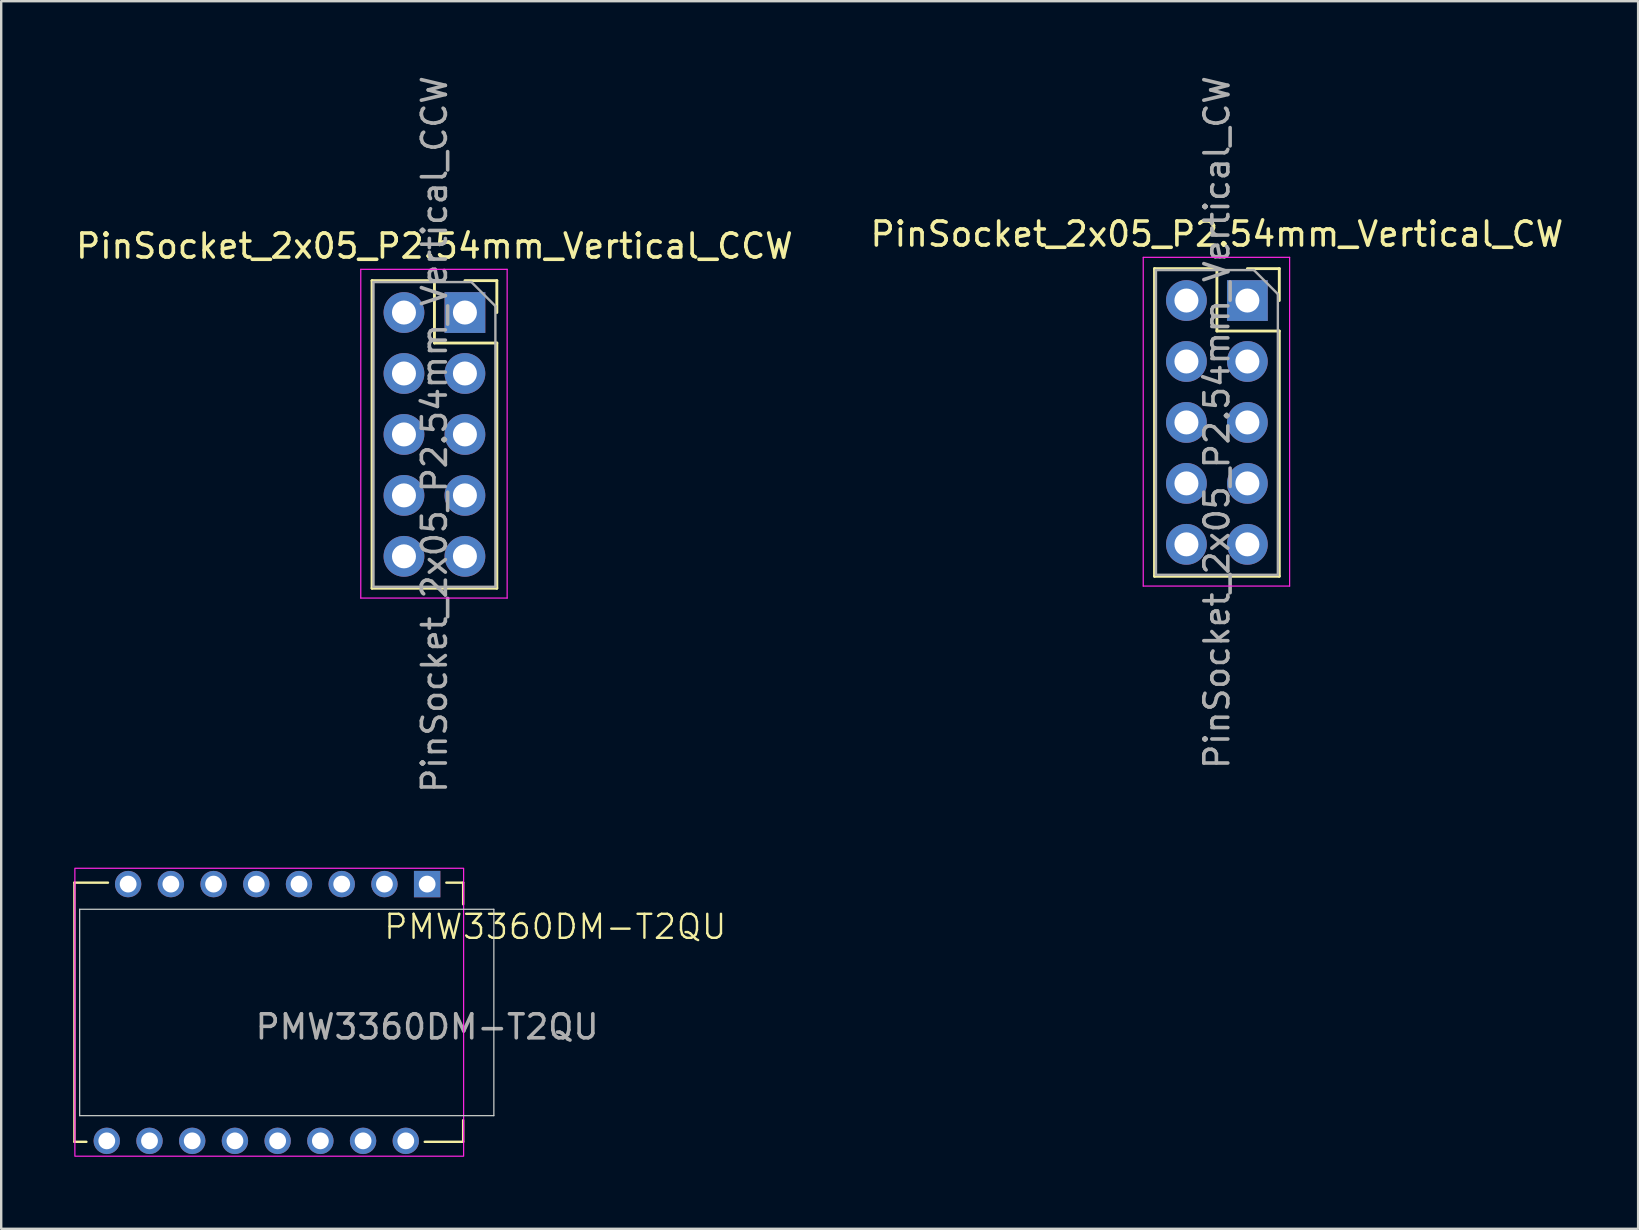
<source format=kicad_pcb>
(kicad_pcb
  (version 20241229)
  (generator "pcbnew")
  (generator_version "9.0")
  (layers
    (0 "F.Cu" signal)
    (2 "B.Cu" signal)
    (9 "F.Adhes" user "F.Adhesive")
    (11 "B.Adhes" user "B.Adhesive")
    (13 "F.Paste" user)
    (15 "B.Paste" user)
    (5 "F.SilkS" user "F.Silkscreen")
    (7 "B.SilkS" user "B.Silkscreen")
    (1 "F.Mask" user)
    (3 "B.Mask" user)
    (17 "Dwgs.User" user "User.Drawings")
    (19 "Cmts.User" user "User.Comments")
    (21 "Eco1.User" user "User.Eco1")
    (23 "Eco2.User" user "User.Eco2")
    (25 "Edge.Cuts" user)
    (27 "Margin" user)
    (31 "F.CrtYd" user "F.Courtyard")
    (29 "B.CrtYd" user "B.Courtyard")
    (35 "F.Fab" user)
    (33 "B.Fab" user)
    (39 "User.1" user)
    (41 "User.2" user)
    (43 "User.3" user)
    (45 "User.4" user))
  (footprint "PMW3360DM-T2QU"
    (layer "F.Cu")
    (at 14.75 33.792)
    (property "Reference" "PMW3360DM-T2QU" (at 5.34 1.78 0) (unlocked yes) (layer "F.SilkS") (effects (font (size 1 1) (thickness 0.1))))
    (attr through_hole)
    (fp_line (start -14.7 -0.06) (end -14.7 10.74) (stroke (width 0.1) (type default)) (layer "F.SilkS"))
    (fp_line (start -14.7 10.74) (end -14.2 10.74) (stroke (width 0.1) (type default)) (layer "F.SilkS"))
    (fp_line (start -13.3 -0.06) (end -14.7 -0.06) (stroke (width 0.1) (type default)) (layer "F.SilkS"))
    (fp_line (start -0.1 10.74) (end 1.5 10.74) (stroke (width 0.1) (type default)) (layer "F.SilkS"))
    (fp_line (start 1.5 -0.06) (end 0.8 -0.06) (stroke (width 0.1) (type default)) (layer "F.SilkS"))
    (fp_line (start 1.5 -0.06) (end 1.5 0.84) (stroke (width 0.1) (type default)) (layer "F.SilkS"))
    (fp_line (start 1.5 10.74) (end 1.5 9.84) (stroke (width 0.1) (type default)) (layer "F.SilkS"))
    (fp_line (start -14.48 1.05) (end -14.48 9.65) (stroke (width 0.05) (type default)) (layer "Edge.Cuts"))
    (fp_line (start -14.48 9.65) (end 2.78 9.65) (stroke (width 0.05) (type default)) (layer "Edge.Cuts"))
    (fp_line (start 2.78 1.05) (end -14.48 1.05) (stroke (width 0.05) (type default)) (layer "Edge.Cuts"))
    (fp_line (start 2.78 9.65) (end 2.78 1.05) (stroke (width 0.05) (type default)) (layer "Edge.Cuts"))
    (fp_rect (start -14.68 -0.66) (end 1.52 11.34) (stroke (width 0.05) (type default)) (fill no) (layer "F.CrtYd"))
    (fp_text user "${REFERENCE}" (at 0 5.95 0) (unlocked yes) (layer "F.Fab") (effects (font (size 1 1) (thickness 0.15))))
    (pad "1" thru_hole rect (at 0 0) (size 1.1 1.1) (drill 0.7) (layers "*.Cu" "*.Mask"))
    (pad "2" thru_hole circle (at -1.78 0) (size 1.1 1.1) (drill 0.7) (layers "*.Cu" "*.Mask"))
    (pad "3" thru_hole circle (at -3.56 0) (size 1.1 1.1) (drill 0.7) (layers "*.Cu" "*.Mask"))
    (pad "4" thru_hole circle (at -5.34 0) (size 1.1 1.1) (drill 0.7) (layers "*.Cu" "*.Mask"))
    (pad "5" thru_hole circle (at -7.12 0) (size 1.1 1.1) (drill 0.7) (layers "*.Cu" "*.Mask"))
    (pad "6" thru_hole circle (at -8.9 0) (size 1.1 1.1) (drill 0.7) (layers "*.Cu" "*.Mask"))
    (pad "7" thru_hole circle (at -10.68 0) (size 1.1 1.1) (drill 0.7) (layers "*.Cu" "*.Mask"))
    (pad "8" thru_hole circle (at -12.46 0) (size 1.1 1.1) (drill 0.7) (layers "*.Cu" "*.Mask"))
    (pad "9" thru_hole circle (at -13.35 10.7) (size 1.1 1.1) (drill 0.7) (layers "*.Cu" "*.Mask"))
    (pad "10" thru_hole circle (at -11.57 10.7) (size 1.1 1.1) (drill 0.7) (layers "*.Cu" "*.Mask"))
    (pad "11" thru_hole circle (at -9.79 10.7) (size 1.1 1.1) (drill 0.7) (layers "*.Cu" "*.Mask"))
    (pad "12" thru_hole circle (at -8.01 10.7) (size 1.1 1.1) (drill 0.7) (layers "*.Cu" "*.Mask"))
    (pad "13" thru_hole circle (at -6.23 10.7) (size 1.1 1.1) (drill 0.7) (layers "*.Cu" "*.Mask"))
    (pad "14" thru_hole circle (at -4.45 10.7) (size 1.1 1.1) (drill 0.7) (layers "*.Cu" "*.Mask"))
    (pad "15" thru_hole circle (at -2.67 10.7) (size 1.1 1.1) (drill 0.7) (layers "*.Cu" "*.Mask"))
    (pad "16" thru_hole circle (at -0.89 10.7) (size 1.1 1.1) (drill 0.7) (layers "*.Cu" "*.Mask"))
    (zone (net_name "") (layer "F.SilkS") (hatch edge 0.5) (connect_pads) (min_thickness 0.25) (filled_areas_thickness no) (keepout (tracks allowed) (vias allowed) (pads not_allowed) (copperpour allowed) (footprints not_allowed)) (placement (enabled no)) (fill) (polygon (pts (xy 0.07 33.682) (xy 16.27 33.682) (xy 16.27 44.582) (xy 0.07 44.582)))))
  (footprint "PinSocket_2x05_P2.54mm_Vertical_CCW"
    (layer "F.Cu")
    (at 16.324 9.974)
    (property "Reference" "PinSocket_2x05_P2.54mm_Vertical_CCW" (at -1.27 -2.77 0) (layer "F.SilkS") (effects (font (size 1 1) (thickness 0.15))))
    (attr through_hole)
    (fp_line (start -3.87 -1.33) (end -3.87 11.49) (stroke (width 0.12) (type solid)) (layer "F.SilkS"))
    (fp_line (start -3.87 -1.33) (end -1.27 -1.33) (stroke (width 0.12) (type solid)) (layer "F.SilkS"))
    (fp_line (start -3.87 11.49) (end 1.33 11.49) (stroke (width 0.12) (type solid)) (layer "F.SilkS"))
    (fp_line (start -1.27 -1.33) (end -1.27 1.27) (stroke (width 0.12) (type solid)) (layer "F.SilkS"))
    (fp_line (start -1.27 1.27) (end 1.33 1.27) (stroke (width 0.12) (type solid)) (layer "F.SilkS"))
    (fp_line (start 0 -1.33) (end 1.33 -1.33) (stroke (width 0.12) (type solid)) (layer "F.SilkS"))
    (fp_line (start 1.33 -1.33) (end 1.33 0) (stroke (width 0.12) (type solid)) (layer "F.SilkS"))
    (fp_line (start 1.33 1.27) (end 1.33 11.49) (stroke (width 0.12) (type solid)) (layer "F.SilkS"))
    (fp_line (start -4.34 -1.8) (end 1.76 -1.8) (stroke (width 0.05) (type solid)) (layer "F.CrtYd"))
    (fp_line (start -4.34 11.9) (end -4.34 -1.8) (stroke (width 0.05) (type solid)) (layer "F.CrtYd"))
    (fp_line (start 1.76 -1.8) (end 1.76 11.9) (stroke (width 0.05) (type solid)) (layer "F.CrtYd"))
    (fp_line (start 1.76 11.9) (end -4.34 11.9) (stroke (width 0.05) (type solid)) (layer "F.CrtYd"))
    (fp_line (start -3.81 -1.27) (end 0.27 -1.27) (stroke (width 0.1) (type solid)) (layer "F.Fab"))
    (fp_line (start -3.81 11.43) (end -3.81 -1.27) (stroke (width 0.1) (type solid)) (layer "F.Fab"))
    (fp_line (start 0.27 -1.27) (end 1.27 -0.27) (stroke (width 0.1) (type solid)) (layer "F.Fab"))
    (fp_line (start 1.27 -0.27) (end 1.27 11.43) (stroke (width 0.1) (type solid)) (layer "F.Fab"))
    (fp_line (start 1.27 11.43) (end -3.81 11.43) (stroke (width 0.1) (type solid)) (layer "F.Fab"))
    (fp_text user "${REFERENCE}" (at -1.27 5.08 90) (layer "F.Fab") (effects (font (size 1 1) (thickness 0.15))))
    (pad "1" thru_hole rect (at 0 0) (size 1.7 1.7) (drill 1) (layers "*.Cu" "*.Mask"))
    (pad "2" thru_hole oval (at 0 2.54) (size 1.7 1.7) (drill 1) (layers "*.Cu" "*.Mask"))
    (pad "3" thru_hole oval (at 0 5.08) (size 1.7 1.7) (drill 1) (layers "*.Cu" "*.Mask"))
    (pad "4" thru_hole oval (at 0 7.62) (size 1.7 1.7) (drill 1) (layers "*.Cu" "*.Mask"))
    (pad "5" thru_hole oval (at 0 10.16) (size 1.7 1.7) (drill 1) (layers "*.Cu" "*.Mask"))
    (pad "6" thru_hole oval (at -2.54 10.16) (size 1.7 1.7) (drill 1) (layers "*.Cu" "*.Mask"))
    (pad "7" thru_hole oval (at -2.54 7.62) (size 1.7 1.7) (drill 1) (layers "*.Cu" "*.Mask"))
    (pad "8" thru_hole oval (at -2.54 5.08) (size 1.7 1.7) (drill 1) (layers "*.Cu" "*.Mask"))
    (pad "9" thru_hole oval (at -2.54 2.54) (size 1.7 1.7) (drill 1) (layers "*.Cu" "*.Mask"))
    (pad "10" thru_hole oval (at -2.54 0) (size 1.7 1.7) (drill 1) (layers "*.Cu" "*.Mask")))
  (footprint "PinSocket_2x05_P2.54mm_Vertical_CW"
    (layer "F.Cu")
    (at 48.931 9.474)
    (property "Reference" "PinSocket_2x05_P2.54mm_Vertical_CW" (at -1.27 -2.77 0) (layer "F.SilkS") (effects (font (size 1 1) (thickness 0.15))))
    (attr through_hole)
    (fp_line (start -3.87 -1.33) (end -3.87 11.49) (stroke (width 0.12) (type solid)) (layer "F.SilkS"))
    (fp_line (start -3.87 -1.33) (end -1.27 -1.33) (stroke (width 0.12) (type solid)) (layer "F.SilkS"))
    (fp_line (start -3.87 11.49) (end 1.33 11.49) (stroke (width 0.12) (type solid)) (layer "F.SilkS"))
    (fp_line (start -1.27 -1.33) (end -1.27 1.27) (stroke (width 0.12) (type solid)) (layer "F.SilkS"))
    (fp_line (start -1.27 1.27) (end 1.33 1.27) (stroke (width 0.12) (type solid)) (layer "F.SilkS"))
    (fp_line (start 0 -1.33) (end 1.33 -1.33) (stroke (width 0.12) (type solid)) (layer "F.SilkS"))
    (fp_line (start 1.33 -1.33) (end 1.33 0) (stroke (width 0.12) (type solid)) (layer "F.SilkS"))
    (fp_line (start 1.33 1.27) (end 1.33 11.49) (stroke (width 0.12) (type solid)) (layer "F.SilkS"))
    (fp_line (start -4.34 -1.8) (end 1.76 -1.8) (stroke (width 0.05) (type solid)) (layer "F.CrtYd"))
    (fp_line (start -4.34 11.9) (end -4.34 -1.8) (stroke (width 0.05) (type solid)) (layer "F.CrtYd"))
    (fp_line (start 1.76 -1.8) (end 1.76 11.9) (stroke (width 0.05) (type solid)) (layer "F.CrtYd"))
    (fp_line (start 1.76 11.9) (end -4.34 11.9) (stroke (width 0.05) (type solid)) (layer "F.CrtYd"))
    (fp_line (start -3.81 -1.27) (end 0.27 -1.27) (stroke (width 0.1) (type solid)) (layer "F.Fab"))
    (fp_line (start -3.81 11.43) (end -3.81 -1.27) (stroke (width 0.1) (type solid)) (layer "F.Fab"))
    (fp_line (start 0.27 -1.27) (end 1.27 -0.27) (stroke (width 0.1) (type solid)) (layer "F.Fab"))
    (fp_line (start 1.27 -0.27) (end 1.27 11.43) (stroke (width 0.1) (type solid)) (layer "F.Fab"))
    (fp_line (start 1.27 11.43) (end -3.81 11.43) (stroke (width 0.1) (type solid)) (layer "F.Fab"))
    (fp_text user "${REFERENCE}" (at -1.27 5.08 90) (layer "F.Fab") (effects (font (size 1 1) (thickness 0.15))))
    (pad "1" thru_hole rect (at 0 0) (size 1.7 1.7) (drill 1) (layers "*.Cu" "*.Mask"))
    (pad "2" thru_hole oval (at 0 2.54) (size 1.7 1.7) (drill 1) (layers "*.Cu" "*.Mask"))
    (pad "3" thru_hole oval (at 0 5.08) (size 1.7 1.7) (drill 1) (layers "*.Cu" "*.Mask"))
    (pad "4" thru_hole oval (at 0 7.62) (size 1.7 1.7) (drill 1) (layers "*.Cu" "*.Mask"))
    (pad "5" thru_hole oval (at 0 10.16) (size 1.7 1.7) (drill 1) (layers "*.Cu" "*.Mask"))
    (pad "6" thru_hole oval (at -2.54 10.16) (size 1.7 1.7) (drill 1) (layers "*.Cu" "*.Mask"))
    (pad "7" thru_hole oval (at -2.54 7.62) (size 1.7 1.7) (drill 1) (layers "*.Cu" "*.Mask"))
    (pad "8" thru_hole oval (at -2.54 5.08) (size 1.7 1.7) (drill 1) (layers "*.Cu" "*.Mask"))
    (pad "9" thru_hole oval (at -2.54 2.54) (size 1.7 1.7) (drill 1) (layers "*.Cu" "*.Mask"))
    (pad "10" thru_hole oval (at -2.54 0) (size 1.7 1.7) (drill 1) (layers "*.Cu" "*.Mask")))
  (gr_rect
    (start -3 -3)
    (end 65.214 48.157)
    (stroke (width 0.1) (type default))
    (fill no)
    (layer "Edge.Cuts")))
</source>
